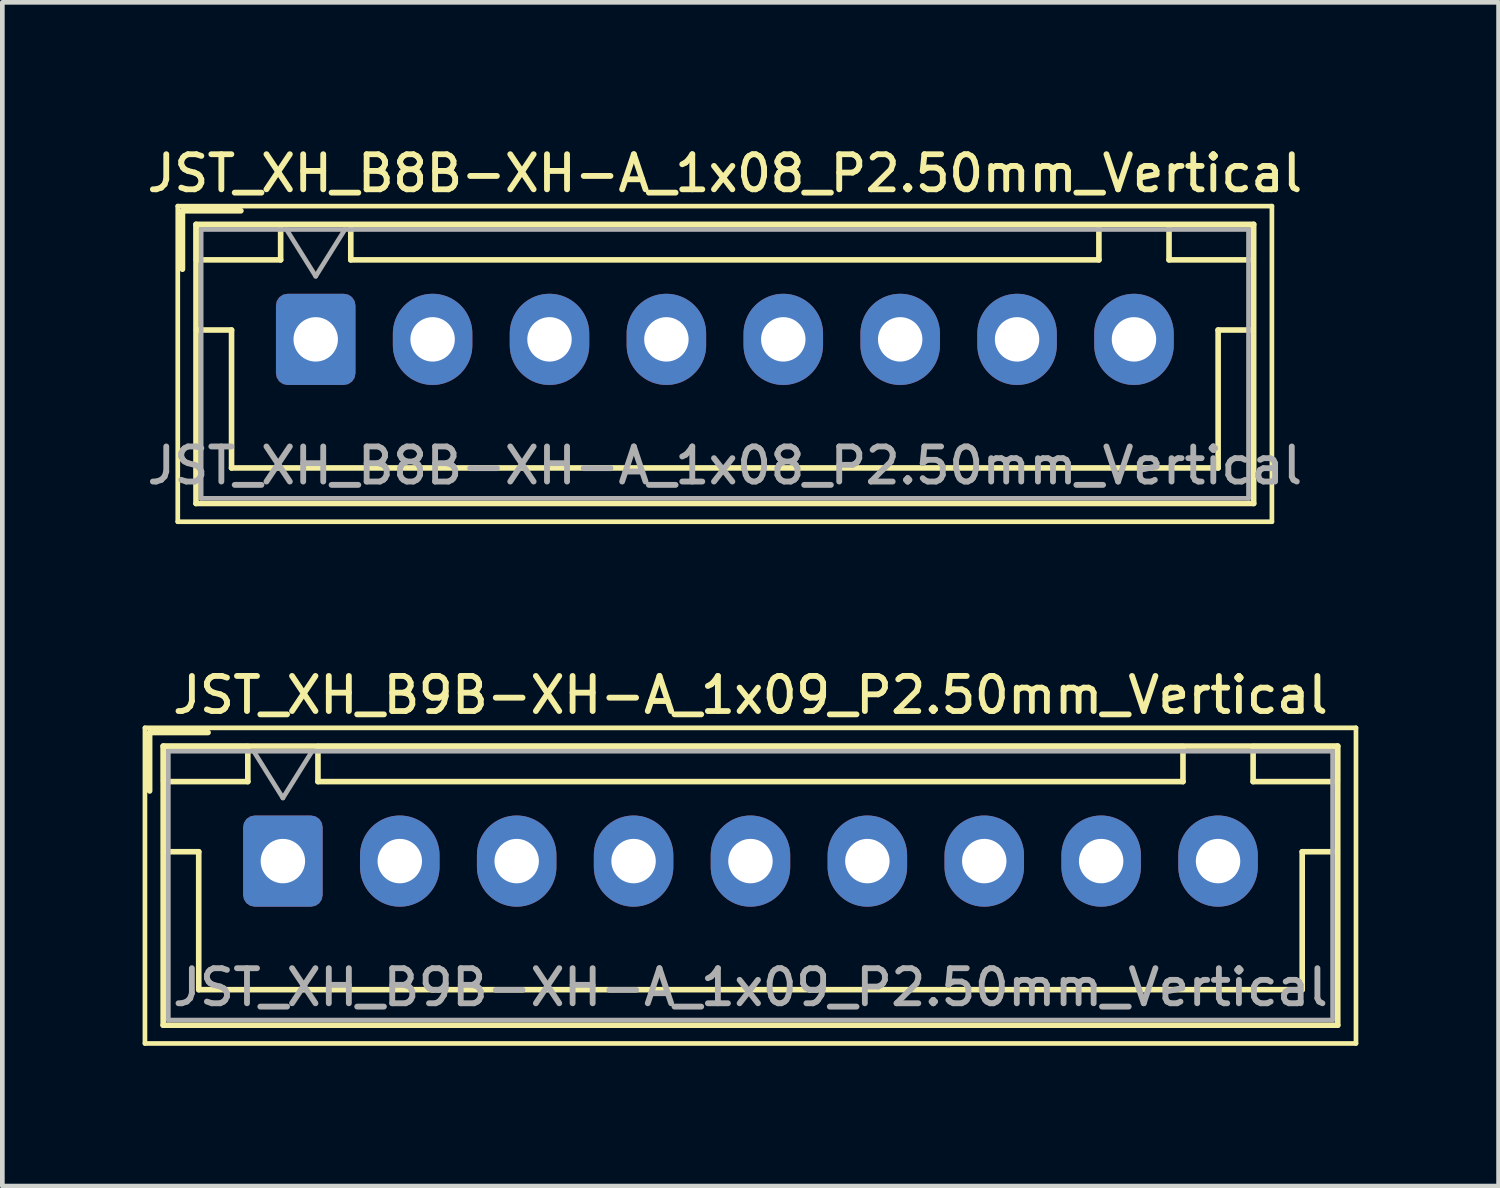
<source format=kicad_pcb>
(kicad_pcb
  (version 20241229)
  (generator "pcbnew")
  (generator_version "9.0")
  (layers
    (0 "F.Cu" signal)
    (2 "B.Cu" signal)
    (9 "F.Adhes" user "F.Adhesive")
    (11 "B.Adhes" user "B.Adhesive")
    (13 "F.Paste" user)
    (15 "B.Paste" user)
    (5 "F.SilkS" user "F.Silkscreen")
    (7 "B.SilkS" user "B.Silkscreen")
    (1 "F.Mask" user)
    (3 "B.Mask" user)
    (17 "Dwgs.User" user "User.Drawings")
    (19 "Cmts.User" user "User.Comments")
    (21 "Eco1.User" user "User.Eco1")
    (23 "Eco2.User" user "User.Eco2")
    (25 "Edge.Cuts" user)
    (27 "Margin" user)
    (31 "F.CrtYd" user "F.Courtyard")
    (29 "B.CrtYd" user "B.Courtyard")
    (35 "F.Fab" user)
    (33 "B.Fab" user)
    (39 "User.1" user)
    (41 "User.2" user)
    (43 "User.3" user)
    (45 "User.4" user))
  (footprint "JST_XH_B8B-XH-A_1x08_P2.50mm_Vertical"
    (layer "F.Cu")
    (at 3.702 4.208)
    (property "Reference" "JST_XH_B8B-XH-A_1x08_P2.50mm_Vertical" (at 8.75 -3.55 0) (layer "F.SilkS") (effects (font (size 0.75 0.75) (thickness 0.125))))
    (attr through_hole)
    (fp_line (start -2.95 -2.85) (end -2.95 3.9) (stroke (width 0.1) (type solid)) (layer "F.SilkS"))
    (fp_line (start -2.95 3.9) (end 20.45 3.9) (stroke (width 0.1) (type solid)) (layer "F.SilkS"))
    (fp_line (start -2.85 -2.75) (end -2.85 -1.5) (stroke (width 0.12) (type solid)) (layer "F.SilkS"))
    (fp_line (start -2.56 -2.46) (end -2.56 3.51) (stroke (width 0.12) (type solid)) (layer "F.SilkS"))
    (fp_line (start -2.56 3.51) (end 20.06 3.51) (stroke (width 0.12) (type solid)) (layer "F.SilkS"))
    (fp_line (start -2.55 -2.45) (end -2.55 -1.7) (stroke (width 0.12) (type solid)) (layer "F.SilkS"))
    (fp_line (start -2.55 -1.7) (end -0.75 -1.7) (stroke (width 0.12) (type solid)) (layer "F.SilkS"))
    (fp_line (start -2.55 -0.2) (end -1.8 -0.2) (stroke (width 0.12) (type solid)) (layer "F.SilkS"))
    (fp_line (start -1.8 -0.2) (end -1.8 2.75) (stroke (width 0.12) (type solid)) (layer "F.SilkS"))
    (fp_line (start -1.8 2.75) (end 8.75 2.75) (stroke (width 0.12) (type solid)) (layer "F.SilkS"))
    (fp_line (start -1.6 -2.75) (end -2.85 -2.75) (stroke (width 0.12) (type solid)) (layer "F.SilkS"))
    (fp_line (start -0.75 -2.45) (end -2.55 -2.45) (stroke (width 0.12) (type solid)) (layer "F.SilkS"))
    (fp_line (start -0.75 -1.7) (end -0.75 -2.45) (stroke (width 0.12) (type solid)) (layer "F.SilkS"))
    (fp_line (start 0.75 -2.45) (end 0.75 -1.7) (stroke (width 0.12) (type solid)) (layer "F.SilkS"))
    (fp_line (start 0.75 -1.7) (end 16.75 -1.7) (stroke (width 0.12) (type solid)) (layer "F.SilkS"))
    (fp_line (start 16.75 -2.45) (end 0.75 -2.45) (stroke (width 0.12) (type solid)) (layer "F.SilkS"))
    (fp_line (start 16.75 -1.7) (end 16.75 -2.45) (stroke (width 0.12) (type solid)) (layer "F.SilkS"))
    (fp_line (start 18.25 -2.45) (end 18.25 -1.7) (stroke (width 0.12) (type solid)) (layer "F.SilkS"))
    (fp_line (start 18.25 -1.7) (end 20.05 -1.7) (stroke (width 0.12) (type solid)) (layer "F.SilkS"))
    (fp_line (start 19.3 -0.2) (end 19.3 2.75) (stroke (width 0.12) (type solid)) (layer "F.SilkS"))
    (fp_line (start 19.3 2.75) (end 8.75 2.75) (stroke (width 0.12) (type solid)) (layer "F.SilkS"))
    (fp_line (start 20.05 -2.45) (end 18.25 -2.45) (stroke (width 0.12) (type solid)) (layer "F.SilkS"))
    (fp_line (start 20.05 -1.7) (end 20.05 -2.45) (stroke (width 0.12) (type solid)) (layer "F.SilkS"))
    (fp_line (start 20.05 -0.2) (end 19.3 -0.2) (stroke (width 0.12) (type solid)) (layer "F.SilkS"))
    (fp_line (start 20.06 -2.46) (end -2.56 -2.46) (stroke (width 0.12) (type solid)) (layer "F.SilkS"))
    (fp_line (start 20.06 3.51) (end 20.06 -2.46) (stroke (width 0.12) (type solid)) (layer "F.SilkS"))
    (fp_line (start 20.45 -2.85) (end -2.95 -2.85) (stroke (width 0.1) (type solid)) (layer "F.SilkS"))
    (fp_line (start 20.45 3.9) (end 20.45 -2.85) (stroke (width 0.1) (type solid)) (layer "F.SilkS"))
    (fp_line (start -2.45 -2.35) (end -2.45 3.4) (stroke (width 0.1) (type solid)) (layer "F.Fab"))
    (fp_line (start -2.45 3.4) (end 19.95 3.4) (stroke (width 0.1) (type solid)) (layer "F.Fab"))
    (fp_line (start -0.625 -2.35) (end 0 -1.35) (stroke (width 0.1) (type solid)) (layer "F.Fab"))
    (fp_line (start 0 -1.35) (end 0.625 -2.35) (stroke (width 0.1) (type solid)) (layer "F.Fab"))
    (fp_line (start 19.95 -2.35) (end -2.45 -2.35) (stroke (width 0.1) (type solid)) (layer "F.Fab"))
    (fp_line (start 19.95 3.4) (end 19.95 -2.35) (stroke (width 0.1) (type solid)) (layer "F.Fab"))
    (fp_text user "${REFERENCE}" (at 8.75 2.7 0) (layer "F.Fab") (effects (font (size 0.75 0.75) (thickness 0.125))))
    (pad "1" thru_hole roundrect (at 0 0) (size 1.7 1.95) (drill 0.95) (layers "*.Cu" "*.Mask") (roundrect_rratio 0.147))
    (pad "2" thru_hole oval (at 2.5 0) (size 1.7 1.95) (drill 0.95) (layers "*.Cu" "*.Mask"))
    (pad "3" thru_hole oval (at 5 0) (size 1.7 1.95) (drill 0.95) (layers "*.Cu" "*.Mask"))
    (pad "4" thru_hole oval (at 7.5 0) (size 1.7 1.95) (drill 0.95) (layers "*.Cu" "*.Mask"))
    (pad "5" thru_hole oval (at 10 0) (size 1.7 1.95) (drill 0.95) (layers "*.Cu" "*.Mask"))
    (pad "6" thru_hole oval (at 12.5 0) (size 1.7 1.95) (drill 0.95) (layers "*.Cu" "*.Mask"))
    (pad "7" thru_hole oval (at 15 0) (size 1.7 1.95) (drill 0.95) (layers "*.Cu" "*.Mask"))
    (pad "8" thru_hole oval (at 17.5 0) (size 1.7 1.95) (drill 0.95) (layers "*.Cu" "*.Mask")))
  (footprint "JST_XH_B9B-XH-A_1x09_P2.50mm_Vertical"
    (layer "F.Cu")
    (at 3 15.366)
    (property "Reference" "JST_XH_B9B-XH-A_1x09_P2.50mm_Vertical" (at 10 -3.55 0) (layer "F.SilkS") (effects (font (size 0.75 0.75) (thickness 0.125))))
    (attr through_hole)
    (fp_line (start -2.95 -2.85) (end -2.95 3.9) (stroke (width 0.1) (type solid)) (layer "F.SilkS"))
    (fp_line (start -2.95 3.9) (end 22.95 3.9) (stroke (width 0.1) (type solid)) (layer "F.SilkS"))
    (fp_line (start -2.85 -2.75) (end -2.85 -1.5) (stroke (width 0.12) (type solid)) (layer "F.SilkS"))
    (fp_line (start -2.56 -2.46) (end -2.56 3.51) (stroke (width 0.12) (type solid)) (layer "F.SilkS"))
    (fp_line (start -2.56 3.51) (end 22.56 3.51) (stroke (width 0.12) (type solid)) (layer "F.SilkS"))
    (fp_line (start -2.55 -2.45) (end -2.55 -1.7) (stroke (width 0.12) (type solid)) (layer "F.SilkS"))
    (fp_line (start -2.55 -1.7) (end -0.75 -1.7) (stroke (width 0.12) (type solid)) (layer "F.SilkS"))
    (fp_line (start -2.55 -0.2) (end -1.8 -0.2) (stroke (width 0.12) (type solid)) (layer "F.SilkS"))
    (fp_line (start -1.8 -0.2) (end -1.8 2.75) (stroke (width 0.12) (type solid)) (layer "F.SilkS"))
    (fp_line (start -1.8 2.75) (end 10 2.75) (stroke (width 0.12) (type solid)) (layer "F.SilkS"))
    (fp_line (start -1.6 -2.75) (end -2.85 -2.75) (stroke (width 0.12) (type solid)) (layer "F.SilkS"))
    (fp_line (start -0.75 -2.45) (end -2.55 -2.45) (stroke (width 0.12) (type solid)) (layer "F.SilkS"))
    (fp_line (start -0.75 -1.7) (end -0.75 -2.45) (stroke (width 0.12) (type solid)) (layer "F.SilkS"))
    (fp_line (start 0.75 -2.45) (end 0.75 -1.7) (stroke (width 0.12) (type solid)) (layer "F.SilkS"))
    (fp_line (start 0.75 -1.7) (end 19.25 -1.7) (stroke (width 0.12) (type solid)) (layer "F.SilkS"))
    (fp_line (start 19.25 -2.45) (end 0.75 -2.45) (stroke (width 0.12) (type solid)) (layer "F.SilkS"))
    (fp_line (start 19.25 -1.7) (end 19.25 -2.45) (stroke (width 0.12) (type solid)) (layer "F.SilkS"))
    (fp_line (start 20.75 -2.45) (end 20.75 -1.7) (stroke (width 0.12) (type solid)) (layer "F.SilkS"))
    (fp_line (start 20.75 -1.7) (end 22.55 -1.7) (stroke (width 0.12) (type solid)) (layer "F.SilkS"))
    (fp_line (start 21.8 -0.2) (end 21.8 2.75) (stroke (width 0.12) (type solid)) (layer "F.SilkS"))
    (fp_line (start 21.8 2.75) (end 10 2.75) (stroke (width 0.12) (type solid)) (layer "F.SilkS"))
    (fp_line (start 22.55 -2.45) (end 20.75 -2.45) (stroke (width 0.12) (type solid)) (layer "F.SilkS"))
    (fp_line (start 22.55 -1.7) (end 22.55 -2.45) (stroke (width 0.12) (type solid)) (layer "F.SilkS"))
    (fp_line (start 22.55 -0.2) (end 21.8 -0.2) (stroke (width 0.12) (type solid)) (layer "F.SilkS"))
    (fp_line (start 22.56 -2.46) (end -2.56 -2.46) (stroke (width 0.12) (type solid)) (layer "F.SilkS"))
    (fp_line (start 22.56 3.51) (end 22.56 -2.46) (stroke (width 0.12) (type solid)) (layer "F.SilkS"))
    (fp_line (start 22.95 -2.85) (end -2.95 -2.85) (stroke (width 0.1) (type solid)) (layer "F.SilkS"))
    (fp_line (start 22.95 3.9) (end 22.95 -2.85) (stroke (width 0.1) (type solid)) (layer "F.SilkS"))
    (fp_line (start -2.45 -2.35) (end -2.45 3.4) (stroke (width 0.1) (type solid)) (layer "F.Fab"))
    (fp_line (start -2.45 3.4) (end 22.45 3.4) (stroke (width 0.1) (type solid)) (layer "F.Fab"))
    (fp_line (start -0.625 -2.35) (end 0 -1.35) (stroke (width 0.1) (type solid)) (layer "F.Fab"))
    (fp_line (start 0 -1.35) (end 0.625 -2.35) (stroke (width 0.1) (type solid)) (layer "F.Fab"))
    (fp_line (start 22.45 -2.35) (end -2.45 -2.35) (stroke (width 0.1) (type solid)) (layer "F.Fab"))
    (fp_line (start 22.45 3.4) (end 22.45 -2.35) (stroke (width 0.1) (type solid)) (layer "F.Fab"))
    (fp_text user "${REFERENCE}" (at 10 2.7 0) (layer "F.Fab") (effects (font (size 0.75 0.75) (thickness 0.125))))
    (pad "1" thru_hole roundrect (at 0 0) (size 1.7 1.95) (drill 0.95) (layers "*.Cu" "*.Mask") (roundrect_rratio 0.147))
    (pad "2" thru_hole oval (at 2.5 0) (size 1.7 1.95) (drill 0.95) (layers "*.Cu" "*.Mask"))
    (pad "3" thru_hole oval (at 5 0) (size 1.7 1.95) (drill 0.95) (layers "*.Cu" "*.Mask"))
    (pad "4" thru_hole oval (at 7.5 0) (size 1.7 1.95) (drill 0.95) (layers "*.Cu" "*.Mask"))
    (pad "5" thru_hole oval (at 10 0) (size 1.7 1.95) (drill 0.95) (layers "*.Cu" "*.Mask"))
    (pad "6" thru_hole oval (at 12.5 0) (size 1.7 1.95) (drill 0.95) (layers "*.Cu" "*.Mask"))
    (pad "7" thru_hole oval (at 15 0) (size 1.7 1.95) (drill 0.95) (layers "*.Cu" "*.Mask"))
    (pad "8" thru_hole oval (at 17.5 0) (size 1.7 1.95) (drill 0.95) (layers "*.Cu" "*.Mask"))
    (pad "9" thru_hole oval (at 20 0) (size 1.7 1.95) (drill 0.95) (layers "*.Cu" "*.Mask")))
  (gr_rect
    (start -3 -3)
    (end 29 22.316)
    (stroke (width 0.1) (type default))
    (fill no)
    (layer "Edge.Cuts")))
</source>
